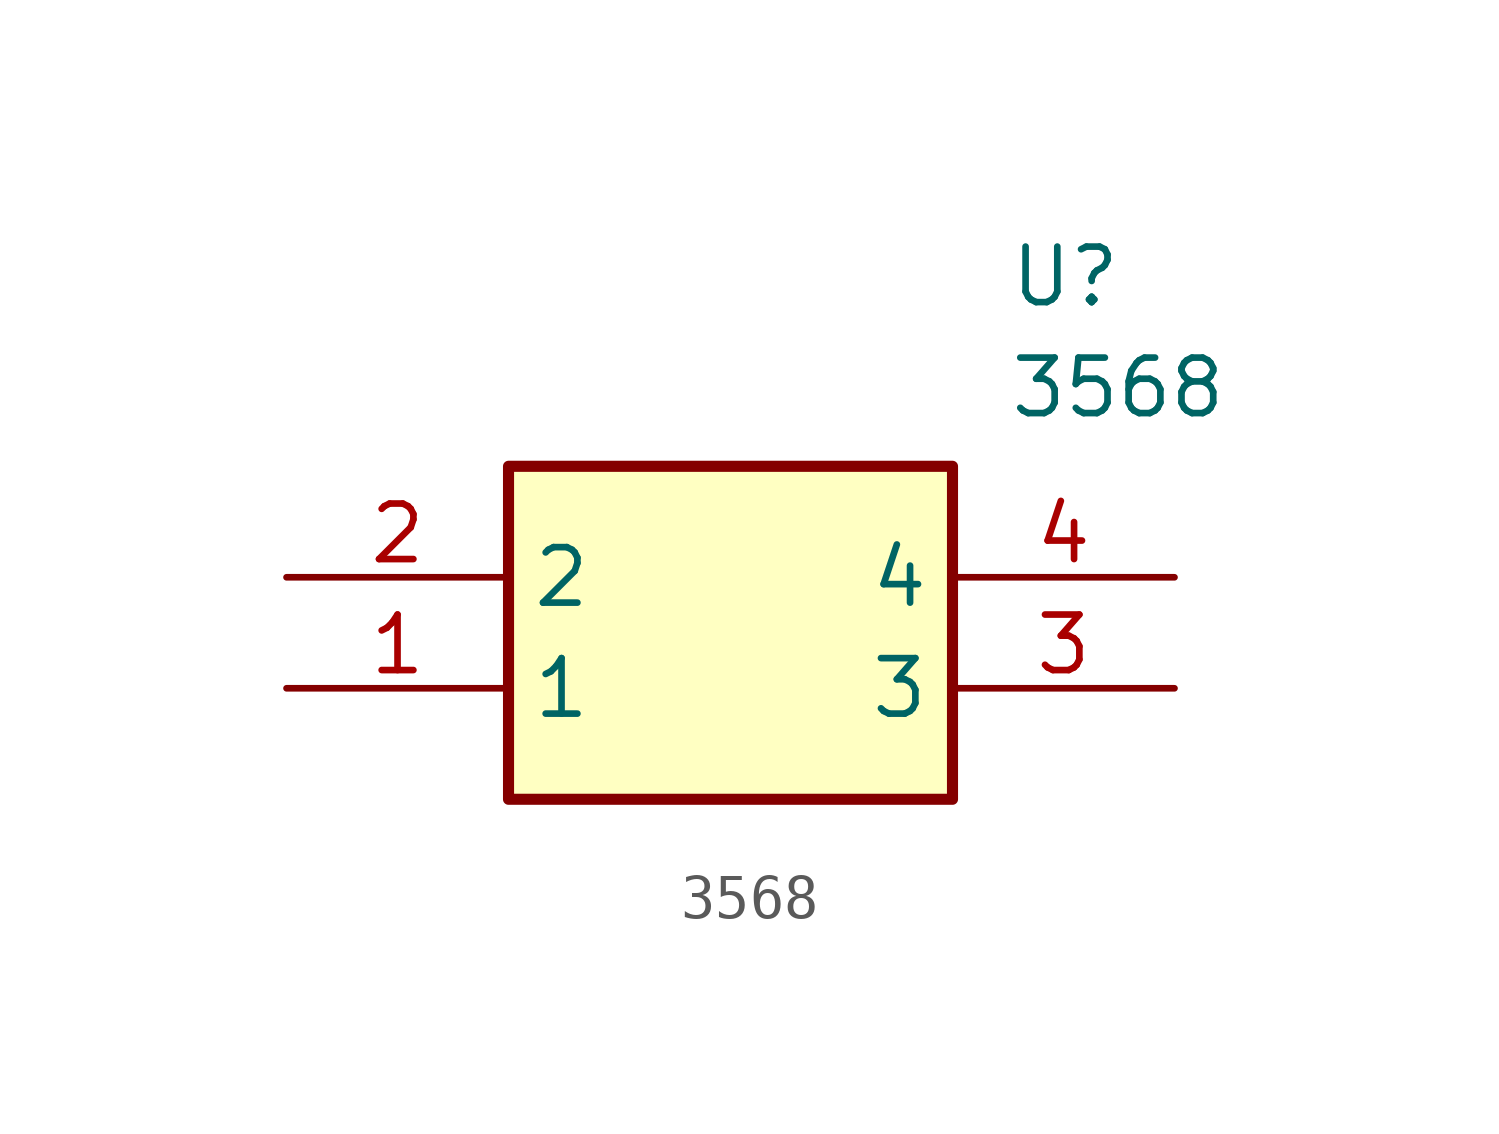
<source format=kicad_sym>
(kicad_symbol_lib
  (version 20211014)
  (generator SamacSys_ECAD_Model)
  (symbol "3568"
    (property "Reference" "U"
      (at 16.51 7.62 0)
      (effects (font (size 1.27 1.27)) (justify left top)))
    (property "Value" "3568"
      (at 16.51 5.08 0)
      (effects (font (size 1.27 1.27)) (justify left top)))
    (rectangle
      (start 5.08 2.54)
      (end 15.24 -5.08)
      (stroke (width 0.254) (type default))
      (fill (type background)))
    (pin passive line
      (at 0 -2.54 0)
      (length 5.08)
      (name "1" (effects (font (size 1.27 1.27))))
      (number "1" (effects (font (size 1.27 1.27)))))
    (pin passive line
      (at 0 0 0)
      (length 5.08)
      (name "2" (effects (font (size 1.27 1.27))))
      (number "2" (effects (font (size 1.27 1.27)))))
    (pin passive line
      (at 20.32 -2.54 180)
      (length 5.08)
      (name "3" (effects (font (size 1.27 1.27))))
      (number "3" (effects (font (size 1.27 1.27)))))
    (pin passive line
      (at 20.32 0 180)
      (length 5.08)
      (name "4" (effects (font (size 1.27 1.27))))
      (number "4" (effects (font (size 1.27 1.27)))))))
</source>
